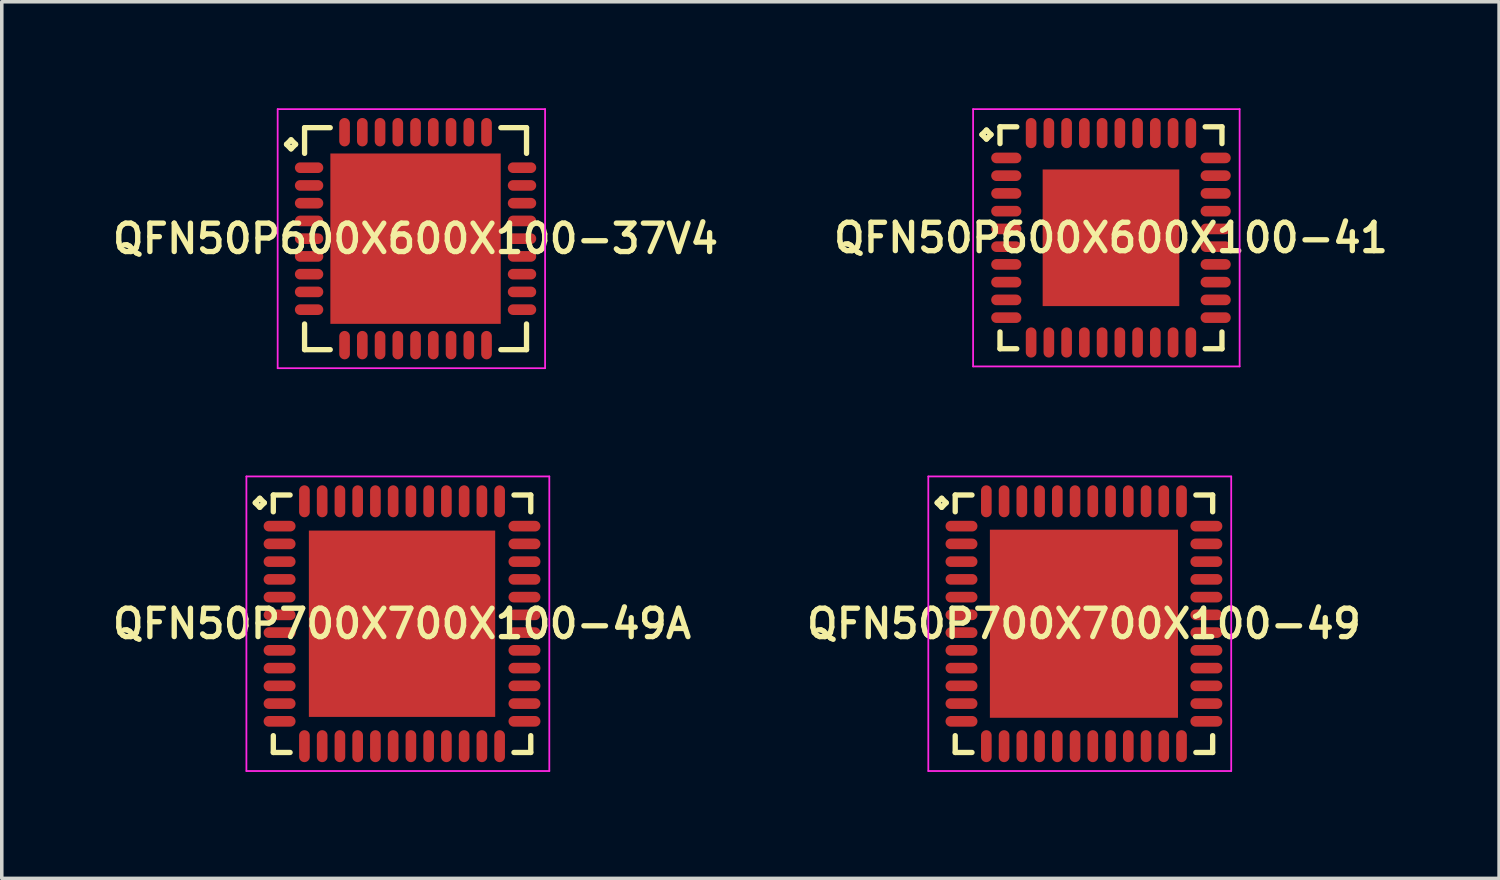
<source format=kicad_pcb>
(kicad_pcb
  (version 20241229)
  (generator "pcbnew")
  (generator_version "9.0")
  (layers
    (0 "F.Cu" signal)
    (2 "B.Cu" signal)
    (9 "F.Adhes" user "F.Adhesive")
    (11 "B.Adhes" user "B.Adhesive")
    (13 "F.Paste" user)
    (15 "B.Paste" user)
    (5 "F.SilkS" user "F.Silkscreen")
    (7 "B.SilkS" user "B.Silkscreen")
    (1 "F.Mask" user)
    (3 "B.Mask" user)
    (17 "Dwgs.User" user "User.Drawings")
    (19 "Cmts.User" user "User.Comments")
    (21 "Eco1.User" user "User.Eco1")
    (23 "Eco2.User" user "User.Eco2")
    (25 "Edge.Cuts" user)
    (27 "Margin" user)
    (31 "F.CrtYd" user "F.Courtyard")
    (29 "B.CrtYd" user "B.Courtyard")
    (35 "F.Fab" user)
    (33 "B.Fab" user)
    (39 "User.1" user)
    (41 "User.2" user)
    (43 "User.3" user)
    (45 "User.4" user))
  (footprint "QFN50P700X700X100-49A"
    (layer "F.Cu")
    (at 8.278 14.525)
    (property "Reference" "QFN50P700X700X100-49A" (at 0 0 0) (layer "F.SilkS") (effects (font (size 0.8 0.8) (thickness 0.15))))
    (attr smd)
    (fp_line (start -4.135 -3.408) (end -4.008 -3.535) (stroke (width 0.15) (type solid)) (layer "F.SilkS"))
    (fp_line (start -4.008 -3.535) (end -3.881 -3.408) (stroke (width 0.15) (type solid)) (layer "F.SilkS"))
    (fp_line (start -4.008 -3.281) (end -4.135 -3.408) (stroke (width 0.15) (type solid)) (layer "F.SilkS"))
    (fp_line (start -3.881 -3.408) (end -4.008 -3.281) (stroke (width 0.15) (type solid)) (layer "F.SilkS"))
    (fp_line (start -3.627 -3.627) (end -3.154 -3.627) (stroke (width 0.15) (type solid)) (layer "F.SilkS"))
    (fp_line (start -3.627 -3.154) (end -3.627 -3.627) (stroke (width 0.15) (type solid)) (layer "F.SilkS"))
    (fp_line (start -3.627 3.154) (end -3.627 3.627) (stroke (width 0.15) (type solid)) (layer "F.SilkS"))
    (fp_line (start -3.627 3.627) (end -3.154 3.627) (stroke (width 0.15) (type solid)) (layer "F.SilkS"))
    (fp_line (start 3.154 -3.627) (end 3.627 -3.627) (stroke (width 0.15) (type solid)) (layer "F.SilkS"))
    (fp_line (start 3.154 3.627) (end 3.627 3.627) (stroke (width 0.15) (type solid)) (layer "F.SilkS"))
    (fp_line (start 3.627 -3.627) (end 3.627 -3.154) (stroke (width 0.15) (type solid)) (layer "F.SilkS"))
    (fp_line (start 3.627 3.627) (end 3.627 3.154) (stroke (width 0.15) (type solid)) (layer "F.SilkS"))
    (fp_line (start -4.385 -4.15) (end 4.15 -4.15) (stroke (width 0.05) (type solid)) (layer "F.CrtYd"))
    (fp_line (start -4.385 4.15) (end -4.385 -4.15) (stroke (width 0.05) (type solid)) (layer "F.CrtYd"))
    (fp_line (start 4.15 -4.15) (end 4.15 4.15) (stroke (width 0.05) (type solid)) (layer "F.CrtYd"))
    (fp_line (start 4.15 4.15) (end -4.385 4.15) (stroke (width 0.05) (type solid)) (layer "F.CrtYd"))
    (pad "1" smd oval (at -3.45 -2.75) (size 0.9 0.3) (layers "F.Cu" "F.Mask" "F.Paste"))
    (pad "2" smd oval (at -3.45 -2.25) (size 0.9 0.3) (layers "F.Cu" "F.Mask" "F.Paste"))
    (pad "3" smd oval (at -3.45 -1.75) (size 0.9 0.3) (layers "F.Cu" "F.Mask" "F.Paste"))
    (pad "4" smd oval (at -3.45 -1.25) (size 0.9 0.3) (layers "F.Cu" "F.Mask" "F.Paste"))
    (pad "5" smd oval (at -3.45 -0.75) (size 0.9 0.3) (layers "F.Cu" "F.Mask" "F.Paste"))
    (pad "6" smd oval (at -3.45 -0.25) (size 0.9 0.3) (layers "F.Cu" "F.Mask" "F.Paste"))
    (pad "7" smd oval (at -3.45 0.25) (size 0.9 0.3) (layers "F.Cu" "F.Mask" "F.Paste"))
    (pad "8" smd oval (at -3.45 0.75) (size 0.9 0.3) (layers "F.Cu" "F.Mask" "F.Paste"))
    (pad "9" smd oval (at -3.45 1.25) (size 0.9 0.3) (layers "F.Cu" "F.Mask" "F.Paste"))
    (pad "10" smd oval (at -3.45 1.75) (size 0.9 0.3) (layers "F.Cu" "F.Mask" "F.Paste"))
    (pad "11" smd oval (at -3.45 2.25) (size 0.9 0.3) (layers "F.Cu" "F.Mask" "F.Paste"))
    (pad "12" smd oval (at -3.45 2.75) (size 0.9 0.3) (layers "F.Cu" "F.Mask" "F.Paste"))
    (pad "13" smd oval (at -2.75 3.45) (size 0.3 0.9) (layers "F.Cu" "F.Mask" "F.Paste"))
    (pad "14" smd oval (at -2.25 3.45) (size 0.3 0.9) (layers "F.Cu" "F.Mask" "F.Paste"))
    (pad "15" smd oval (at -1.75 3.45) (size 0.3 0.9) (layers "F.Cu" "F.Mask" "F.Paste"))
    (pad "16" smd oval (at -1.25 3.45) (size 0.3 0.9) (layers "F.Cu" "F.Mask" "F.Paste"))
    (pad "17" smd oval (at -0.75 3.45) (size 0.3 0.9) (layers "F.Cu" "F.Mask" "F.Paste"))
    (pad "18" smd oval (at -0.25 3.45) (size 0.3 0.9) (layers "F.Cu" "F.Mask" "F.Paste"))
    (pad "19" smd oval (at 0.25 3.45) (size 0.3 0.9) (layers "F.Cu" "F.Mask" "F.Paste"))
    (pad "20" smd oval (at 0.75 3.45) (size 0.3 0.9) (layers "F.Cu" "F.Mask" "F.Paste"))
    (pad "21" smd oval (at 1.25 3.45) (size 0.3 0.9) (layers "F.Cu" "F.Mask" "F.Paste"))
    (pad "22" smd oval (at 1.75 3.45) (size 0.3 0.9) (layers "F.Cu" "F.Mask" "F.Paste"))
    (pad "23" smd oval (at 2.25 3.45) (size 0.3 0.9) (layers "F.Cu" "F.Mask" "F.Paste"))
    (pad "24" smd oval (at 2.75 3.45) (size 0.3 0.9) (layers "F.Cu" "F.Mask" "F.Paste"))
    (pad "25" smd oval (at 3.45 2.75) (size 0.9 0.3) (layers "F.Cu" "F.Mask" "F.Paste"))
    (pad "26" smd oval (at 3.45 2.25) (size 0.9 0.3) (layers "F.Cu" "F.Mask" "F.Paste"))
    (pad "27" smd oval (at 3.45 1.75) (size 0.9 0.3) (layers "F.Cu" "F.Mask" "F.Paste"))
    (pad "28" smd oval (at 3.45 1.25) (size 0.9 0.3) (layers "F.Cu" "F.Mask" "F.Paste"))
    (pad "29" smd oval (at 3.45 0.75) (size 0.9 0.3) (layers "F.Cu" "F.Mask" "F.Paste"))
    (pad "30" smd oval (at 3.45 0.25) (size 0.9 0.3) (layers "F.Cu" "F.Mask" "F.Paste"))
    (pad "31" smd oval (at 3.45 -0.25) (size 0.9 0.3) (layers "F.Cu" "F.Mask" "F.Paste"))
    (pad "32" smd oval (at 3.45 -0.75) (size 0.9 0.3) (layers "F.Cu" "F.Mask" "F.Paste"))
    (pad "33" smd oval (at 3.45 -1.25) (size 0.9 0.3) (layers "F.Cu" "F.Mask" "F.Paste"))
    (pad "34" smd oval (at 3.45 -1.75) (size 0.9 0.3) (layers "F.Cu" "F.Mask" "F.Paste"))
    (pad "35" smd oval (at 3.45 -2.25) (size 0.9 0.3) (layers "F.Cu" "F.Mask" "F.Paste"))
    (pad "36" smd oval (at 3.45 -2.75) (size 0.9 0.3) (layers "F.Cu" "F.Mask" "F.Paste"))
    (pad "37" smd oval (at 2.75 -3.45) (size 0.3 0.9) (layers "F.Cu" "F.Mask" "F.Paste"))
    (pad "38" smd oval (at 2.25 -3.45) (size 0.3 0.9) (layers "F.Cu" "F.Mask" "F.Paste"))
    (pad "39" smd oval (at 1.75 -3.45) (size 0.3 0.9) (layers "F.Cu" "F.Mask" "F.Paste"))
    (pad "40" smd oval (at 1.25 -3.45) (size 0.3 0.9) (layers "F.Cu" "F.Mask" "F.Paste"))
    (pad "41" smd oval (at 0.75 -3.45) (size 0.3 0.9) (layers "F.Cu" "F.Mask" "F.Paste"))
    (pad "42" smd oval (at 0.25 -3.45) (size 0.3 0.9) (layers "F.Cu" "F.Mask" "F.Paste"))
    (pad "43" smd oval (at -0.25 -3.45) (size 0.3 0.9) (layers "F.Cu" "F.Mask" "F.Paste"))
    (pad "44" smd oval (at -0.75 -3.45) (size 0.3 0.9) (layers "F.Cu" "F.Mask" "F.Paste"))
    (pad "45" smd oval (at -1.25 -3.45) (size 0.3 0.9) (layers "F.Cu" "F.Mask" "F.Paste"))
    (pad "46" smd oval (at -1.75 -3.45) (size 0.3 0.9) (layers "F.Cu" "F.Mask" "F.Paste"))
    (pad "47" smd oval (at -2.25 -3.45) (size 0.3 0.9) (layers "F.Cu" "F.Mask" "F.Paste"))
    (pad "48" smd oval (at -2.75 -3.45) (size 0.3 0.9) (layers "F.Cu" "F.Mask" "F.Paste"))
    (pad "49" smd rect (at 0 0) (size 5.25 5.25) (layers "F.Cu" "F.Mask" "F.Paste")))
  (footprint "QFN50P600X600X100-37V4"
    (layer "F.Cu")
    (at 8.659 3.675)
    (property "Reference" "QFN50P600X600X100-37V4" (at 0 0 0) (layer "F.SilkS") (effects (font (size 0.8 0.8) (thickness 0.15))))
    (attr smd)
    (fp_line (start -3.635 -2.658) (end -3.508 -2.785) (stroke (width 0.15) (type solid)) (layer "F.SilkS"))
    (fp_line (start -3.508 -2.785) (end -3.381 -2.658) (stroke (width 0.15) (type solid)) (layer "F.SilkS"))
    (fp_line (start -3.508 -2.531) (end -3.635 -2.658) (stroke (width 0.15) (type solid)) (layer "F.SilkS"))
    (fp_line (start -3.381 -2.658) (end -3.508 -2.531) (stroke (width 0.15) (type solid)) (layer "F.SilkS"))
    (fp_line (start -3.127 -3.127) (end -2.404 -3.127) (stroke (width 0.15) (type solid)) (layer "F.SilkS"))
    (fp_line (start -3.127 -2.404) (end -3.127 -3.127) (stroke (width 0.15) (type solid)) (layer "F.SilkS"))
    (fp_line (start -3.127 2.404) (end -3.127 3.127) (stroke (width 0.15) (type solid)) (layer "F.SilkS"))
    (fp_line (start -3.127 3.127) (end -2.404 3.127) (stroke (width 0.15) (type solid)) (layer "F.SilkS"))
    (fp_line (start 2.404 -3.127) (end 3.127 -3.127) (stroke (width 0.15) (type solid)) (layer "F.SilkS"))
    (fp_line (start 2.404 3.127) (end 3.127 3.127) (stroke (width 0.15) (type solid)) (layer "F.SilkS"))
    (fp_line (start 3.127 -3.127) (end 3.127 -2.404) (stroke (width 0.15) (type solid)) (layer "F.SilkS"))
    (fp_line (start 3.127 3.127) (end 3.127 2.404) (stroke (width 0.15) (type solid)) (layer "F.SilkS"))
    (fp_line (start -3.885 -3.65) (end 3.65 -3.65) (stroke (width 0.05) (type solid)) (layer "F.CrtYd"))
    (fp_line (start -3.885 3.65) (end -3.885 -3.65) (stroke (width 0.05) (type solid)) (layer "F.CrtYd"))
    (fp_line (start 3.65 -3.65) (end 3.65 3.65) (stroke (width 0.05) (type solid)) (layer "F.CrtYd"))
    (fp_line (start 3.65 3.65) (end -3.885 3.65) (stroke (width 0.05) (type solid)) (layer "F.CrtYd"))
    (pad "1" smd oval (at -3 -2) (size 0.8 0.3) (layers "F.Cu" "F.Mask" "F.Paste"))
    (pad "2" smd oval (at -3 -1.5) (size 0.8 0.3) (layers "F.Cu" "F.Mask" "F.Paste"))
    (pad "3" smd oval (at -3 -1) (size 0.8 0.3) (layers "F.Cu" "F.Mask" "F.Paste"))
    (pad "4" smd oval (at -3 -0.5) (size 0.8 0.3) (layers "F.Cu" "F.Mask" "F.Paste"))
    (pad "5" smd oval (at -3 0) (size 0.8 0.3) (layers "F.Cu" "F.Mask" "F.Paste"))
    (pad "6" smd oval (at -3 0.5) (size 0.8 0.3) (layers "F.Cu" "F.Mask" "F.Paste"))
    (pad "7" smd oval (at -3 1) (size 0.8 0.3) (layers "F.Cu" "F.Mask" "F.Paste"))
    (pad "8" smd oval (at -3 1.5) (size 0.8 0.3) (layers "F.Cu" "F.Mask" "F.Paste"))
    (pad "9" smd oval (at -3 2) (size 0.8 0.3) (layers "F.Cu" "F.Mask" "F.Paste"))
    (pad "10" smd oval (at -2 3) (size 0.3 0.8) (layers "F.Cu" "F.Mask" "F.Paste"))
    (pad "11" smd oval (at -1.5 3) (size 0.3 0.8) (layers "F.Cu" "F.Mask" "F.Paste"))
    (pad "12" smd oval (at -1 3) (size 0.3 0.8) (layers "F.Cu" "F.Mask" "F.Paste"))
    (pad "13" smd oval (at -0.5 3) (size 0.3 0.8) (layers "F.Cu" "F.Mask" "F.Paste"))
    (pad "14" smd oval (at 0 3) (size 0.3 0.8) (layers "F.Cu" "F.Mask" "F.Paste"))
    (pad "15" smd oval (at 0.5 3) (size 0.3 0.8) (layers "F.Cu" "F.Mask" "F.Paste"))
    (pad "16" smd oval (at 1 3) (size 0.3 0.8) (layers "F.Cu" "F.Mask" "F.Paste"))
    (pad "17" smd oval (at 1.5 3) (size 0.3 0.8) (layers "F.Cu" "F.Mask" "F.Paste"))
    (pad "18" smd oval (at 2 3) (size 0.3 0.8) (layers "F.Cu" "F.Mask" "F.Paste"))
    (pad "19" smd oval (at 3 2) (size 0.8 0.3) (layers "F.Cu" "F.Mask" "F.Paste"))
    (pad "20" smd oval (at 3 1.5) (size 0.8 0.3) (layers "F.Cu" "F.Mask" "F.Paste"))
    (pad "21" smd oval (at 3 1) (size 0.8 0.3) (layers "F.Cu" "F.Mask" "F.Paste"))
    (pad "22" smd oval (at 3 0.5) (size 0.8 0.3) (layers "F.Cu" "F.Mask" "F.Paste"))
    (pad "23" smd oval (at 3 0) (size 0.8 0.3) (layers "F.Cu" "F.Mask" "F.Paste"))
    (pad "24" smd oval (at 3 -0.5) (size 0.8 0.3) (layers "F.Cu" "F.Mask" "F.Paste"))
    (pad "25" smd oval (at 3 -1) (size 0.8 0.3) (layers "F.Cu" "F.Mask" "F.Paste"))
    (pad "26" smd oval (at 3 -1.5) (size 0.8 0.3) (layers "F.Cu" "F.Mask" "F.Paste"))
    (pad "27" smd oval (at 3 -2) (size 0.8 0.3) (layers "F.Cu" "F.Mask" "F.Paste"))
    (pad "28" smd oval (at 2 -3) (size 0.3 0.8) (layers "F.Cu" "F.Mask" "F.Paste"))
    (pad "29" smd oval (at 1.5 -3) (size 0.3 0.8) (layers "F.Cu" "F.Mask" "F.Paste"))
    (pad "30" smd oval (at 1 -3) (size 0.3 0.8) (layers "F.Cu" "F.Mask" "F.Paste"))
    (pad "31" smd oval (at 0.5 -3) (size 0.3 0.8) (layers "F.Cu" "F.Mask" "F.Paste"))
    (pad "32" smd oval (at 0 -3) (size 0.3 0.8) (layers "F.Cu" "F.Mask" "F.Paste"))
    (pad "33" smd oval (at -0.5 -3) (size 0.3 0.8) (layers "F.Cu" "F.Mask" "F.Paste"))
    (pad "34" smd oval (at -1 -3) (size 0.3 0.8) (layers "F.Cu" "F.Mask" "F.Paste"))
    (pad "35" smd oval (at -1.5 -3) (size 0.3 0.8) (layers "F.Cu" "F.Mask" "F.Paste"))
    (pad "36" smd oval (at -2 -3) (size 0.3 0.8) (layers "F.Cu" "F.Mask" "F.Paste"))
    (pad "37" smd rect (at 0 0) (size 4.8 4.8) (layers "F.Cu" "F.Mask" "F.Paste")))
  (footprint "QFN50P700X700X100-49"
    (layer "F.Cu")
    (at 27.492 14.525)
    (property "Reference" "QFN50P700X700X100-49" (at 0 0 0) (layer "F.SilkS") (effects (font (size 0.8 0.8) (thickness 0.15))))
    (attr smd)
    (fp_line (start -4.135 -3.408) (end -4.008 -3.535) (stroke (width 0.15) (type solid)) (layer "F.SilkS"))
    (fp_line (start -4.008 -3.535) (end -3.881 -3.408) (stroke (width 0.15) (type solid)) (layer "F.SilkS"))
    (fp_line (start -4.008 -3.281) (end -4.135 -3.408) (stroke (width 0.15) (type solid)) (layer "F.SilkS"))
    (fp_line (start -3.881 -3.408) (end -4.008 -3.281) (stroke (width 0.15) (type solid)) (layer "F.SilkS"))
    (fp_line (start -3.627 -3.627) (end -3.154 -3.627) (stroke (width 0.15) (type solid)) (layer "F.SilkS"))
    (fp_line (start -3.627 -3.154) (end -3.627 -3.627) (stroke (width 0.15) (type solid)) (layer "F.SilkS"))
    (fp_line (start -3.627 3.154) (end -3.627 3.627) (stroke (width 0.15) (type solid)) (layer "F.SilkS"))
    (fp_line (start -3.627 3.627) (end -3.154 3.627) (stroke (width 0.15) (type solid)) (layer "F.SilkS"))
    (fp_line (start 3.154 -3.627) (end 3.627 -3.627) (stroke (width 0.15) (type solid)) (layer "F.SilkS"))
    (fp_line (start 3.154 3.627) (end 3.627 3.627) (stroke (width 0.15) (type solid)) (layer "F.SilkS"))
    (fp_line (start 3.627 -3.627) (end 3.627 -3.154) (stroke (width 0.15) (type solid)) (layer "F.SilkS"))
    (fp_line (start 3.627 3.627) (end 3.627 3.154) (stroke (width 0.15) (type solid)) (layer "F.SilkS"))
    (fp_line (start -4.385 -4.15) (end 4.15 -4.15) (stroke (width 0.05) (type solid)) (layer "F.CrtYd"))
    (fp_line (start -4.385 4.15) (end -4.385 -4.15) (stroke (width 0.05) (type solid)) (layer "F.CrtYd"))
    (fp_line (start 4.15 -4.15) (end 4.15 4.15) (stroke (width 0.05) (type solid)) (layer "F.CrtYd"))
    (fp_line (start 4.15 4.15) (end -4.385 4.15) (stroke (width 0.05) (type solid)) (layer "F.CrtYd"))
    (pad "1" smd oval (at -3.45 -2.75) (size 0.9 0.3) (layers "F.Cu" "F.Mask" "F.Paste"))
    (pad "2" smd oval (at -3.45 -2.25) (size 0.9 0.3) (layers "F.Cu" "F.Mask" "F.Paste"))
    (pad "3" smd oval (at -3.45 -1.75) (size 0.9 0.3) (layers "F.Cu" "F.Mask" "F.Paste"))
    (pad "4" smd oval (at -3.45 -1.25) (size 0.9 0.3) (layers "F.Cu" "F.Mask" "F.Paste"))
    (pad "5" smd oval (at -3.45 -0.75) (size 0.9 0.3) (layers "F.Cu" "F.Mask" "F.Paste"))
    (pad "6" smd oval (at -3.45 -0.25) (size 0.9 0.3) (layers "F.Cu" "F.Mask" "F.Paste"))
    (pad "7" smd oval (at -3.45 0.25) (size 0.9 0.3) (layers "F.Cu" "F.Mask" "F.Paste"))
    (pad "8" smd oval (at -3.45 0.75) (size 0.9 0.3) (layers "F.Cu" "F.Mask" "F.Paste"))
    (pad "9" smd oval (at -3.45 1.25) (size 0.9 0.3) (layers "F.Cu" "F.Mask" "F.Paste"))
    (pad "10" smd oval (at -3.45 1.75) (size 0.9 0.3) (layers "F.Cu" "F.Mask" "F.Paste"))
    (pad "11" smd oval (at -3.45 2.25) (size 0.9 0.3) (layers "F.Cu" "F.Mask" "F.Paste"))
    (pad "12" smd oval (at -3.45 2.75) (size 0.9 0.3) (layers "F.Cu" "F.Mask" "F.Paste"))
    (pad "13" smd oval (at -2.75 3.45) (size 0.3 0.9) (layers "F.Cu" "F.Mask" "F.Paste"))
    (pad "14" smd oval (at -2.25 3.45) (size 0.3 0.9) (layers "F.Cu" "F.Mask" "F.Paste"))
    (pad "15" smd oval (at -1.75 3.45) (size 0.3 0.9) (layers "F.Cu" "F.Mask" "F.Paste"))
    (pad "16" smd oval (at -1.25 3.45) (size 0.3 0.9) (layers "F.Cu" "F.Mask" "F.Paste"))
    (pad "17" smd oval (at -0.75 3.45) (size 0.3 0.9) (layers "F.Cu" "F.Mask" "F.Paste"))
    (pad "18" smd oval (at -0.25 3.45) (size 0.3 0.9) (layers "F.Cu" "F.Mask" "F.Paste"))
    (pad "19" smd oval (at 0.25 3.45) (size 0.3 0.9) (layers "F.Cu" "F.Mask" "F.Paste"))
    (pad "20" smd oval (at 0.75 3.45) (size 0.3 0.9) (layers "F.Cu" "F.Mask" "F.Paste"))
    (pad "21" smd oval (at 1.25 3.45) (size 0.3 0.9) (layers "F.Cu" "F.Mask" "F.Paste"))
    (pad "22" smd oval (at 1.75 3.45) (size 0.3 0.9) (layers "F.Cu" "F.Mask" "F.Paste"))
    (pad "23" smd oval (at 2.25 3.45) (size 0.3 0.9) (layers "F.Cu" "F.Mask" "F.Paste"))
    (pad "24" smd oval (at 2.75 3.45) (size 0.3 0.9) (layers "F.Cu" "F.Mask" "F.Paste"))
    (pad "25" smd oval (at 3.45 2.75) (size 0.9 0.3) (layers "F.Cu" "F.Mask" "F.Paste"))
    (pad "26" smd oval (at 3.45 2.25) (size 0.9 0.3) (layers "F.Cu" "F.Mask" "F.Paste"))
    (pad "27" smd oval (at 3.45 1.75) (size 0.9 0.3) (layers "F.Cu" "F.Mask" "F.Paste"))
    (pad "28" smd oval (at 3.45 1.25) (size 0.9 0.3) (layers "F.Cu" "F.Mask" "F.Paste"))
    (pad "29" smd oval (at 3.45 0.75) (size 0.9 0.3) (layers "F.Cu" "F.Mask" "F.Paste"))
    (pad "30" smd oval (at 3.45 0.25) (size 0.9 0.3) (layers "F.Cu" "F.Mask" "F.Paste"))
    (pad "31" smd oval (at 3.45 -0.25) (size 0.9 0.3) (layers "F.Cu" "F.Mask" "F.Paste"))
    (pad "32" smd oval (at 3.45 -0.75) (size 0.9 0.3) (layers "F.Cu" "F.Mask" "F.Paste"))
    (pad "33" smd oval (at 3.45 -1.25) (size 0.9 0.3) (layers "F.Cu" "F.Mask" "F.Paste"))
    (pad "34" smd oval (at 3.45 -1.75) (size 0.9 0.3) (layers "F.Cu" "F.Mask" "F.Paste"))
    (pad "35" smd oval (at 3.45 -2.25) (size 0.9 0.3) (layers "F.Cu" "F.Mask" "F.Paste"))
    (pad "36" smd oval (at 3.45 -2.75) (size 0.9 0.3) (layers "F.Cu" "F.Mask" "F.Paste"))
    (pad "37" smd oval (at 2.75 -3.45) (size 0.3 0.9) (layers "F.Cu" "F.Mask" "F.Paste"))
    (pad "38" smd oval (at 2.25 -3.45) (size 0.3 0.9) (layers "F.Cu" "F.Mask" "F.Paste"))
    (pad "39" smd oval (at 1.75 -3.45) (size 0.3 0.9) (layers "F.Cu" "F.Mask" "F.Paste"))
    (pad "40" smd oval (at 1.25 -3.45) (size 0.3 0.9) (layers "F.Cu" "F.Mask" "F.Paste"))
    (pad "41" smd oval (at 0.75 -3.45) (size 0.3 0.9) (layers "F.Cu" "F.Mask" "F.Paste"))
    (pad "42" smd oval (at 0.25 -3.45) (size 0.3 0.9) (layers "F.Cu" "F.Mask" "F.Paste"))
    (pad "43" smd oval (at -0.25 -3.45) (size 0.3 0.9) (layers "F.Cu" "F.Mask" "F.Paste"))
    (pad "44" smd oval (at -0.75 -3.45) (size 0.3 0.9) (layers "F.Cu" "F.Mask" "F.Paste"))
    (pad "45" smd oval (at -1.25 -3.45) (size 0.3 0.9) (layers "F.Cu" "F.Mask" "F.Paste"))
    (pad "46" smd oval (at -1.75 -3.45) (size 0.3 0.9) (layers "F.Cu" "F.Mask" "F.Paste"))
    (pad "47" smd oval (at -2.25 -3.45) (size 0.3 0.9) (layers "F.Cu" "F.Mask" "F.Paste"))
    (pad "48" smd oval (at -2.75 -3.45) (size 0.3 0.9) (layers "F.Cu" "F.Mask" "F.Paste"))
    (pad "49" smd rect (at 0 0) (size 5.3 5.3) (layers "F.Cu" "F.Mask" "F.Paste")))
  (footprint "QFN50P600X600X100-41"
    (layer "F.Cu")
    (at 28.254 3.65)
    (property "Reference" "QFN50P600X600X100-41" (at 0 0 0) (layer "F.SilkS") (effects (font (size 0.8 0.8) (thickness 0.15))))
    (attr smd)
    (fp_line (start -3.635 -2.908) (end -3.508 -3.035) (stroke (width 0.15) (type solid)) (layer "F.SilkS"))
    (fp_line (start -3.508 -3.035) (end -3.381 -2.908) (stroke (width 0.15) (type solid)) (layer "F.SilkS"))
    (fp_line (start -3.508 -2.781) (end -3.635 -2.908) (stroke (width 0.15) (type solid)) (layer "F.SilkS"))
    (fp_line (start -3.381 -2.908) (end -3.508 -2.781) (stroke (width 0.15) (type solid)) (layer "F.SilkS"))
    (fp_line (start -3.127 -3.127) (end -2.654 -3.127) (stroke (width 0.15) (type solid)) (layer "F.SilkS"))
    (fp_line (start -3.127 -2.654) (end -3.127 -3.127) (stroke (width 0.15) (type solid)) (layer "F.SilkS"))
    (fp_line (start -3.127 2.654) (end -3.127 3.127) (stroke (width 0.15) (type solid)) (layer "F.SilkS"))
    (fp_line (start -3.127 3.127) (end -2.654 3.127) (stroke (width 0.15) (type solid)) (layer "F.SilkS"))
    (fp_line (start 2.654 -3.127) (end 3.127 -3.127) (stroke (width 0.15) (type solid)) (layer "F.SilkS"))
    (fp_line (start 2.654 3.127) (end 3.127 3.127) (stroke (width 0.15) (type solid)) (layer "F.SilkS"))
    (fp_line (start 3.127 -3.127) (end 3.127 -2.654) (stroke (width 0.15) (type solid)) (layer "F.SilkS"))
    (fp_line (start 3.127 3.127) (end 3.127 2.654) (stroke (width 0.15) (type solid)) (layer "F.SilkS"))
    (fp_line (start -3.885 -3.625) (end 3.625 -3.625) (stroke (width 0.05) (type solid)) (layer "F.CrtYd"))
    (fp_line (start -3.885 3.625) (end -3.885 -3.625) (stroke (width 0.05) (type solid)) (layer "F.CrtYd"))
    (fp_line (start 3.625 -3.625) (end 3.625 3.625) (stroke (width 0.05) (type solid)) (layer "F.CrtYd"))
    (fp_line (start 3.625 3.625) (end -3.885 3.625) (stroke (width 0.05) (type solid)) (layer "F.CrtYd"))
    (pad "1" smd oval (at -2.95 -2.25) (size 0.85 0.3) (layers "F.Cu" "F.Mask" "F.Paste"))
    (pad "2" smd oval (at -2.95 -1.75) (size 0.85 0.3) (layers "F.Cu" "F.Mask" "F.Paste"))
    (pad "3" smd oval (at -2.95 -1.25) (size 0.85 0.3) (layers "F.Cu" "F.Mask" "F.Paste"))
    (pad "4" smd oval (at -2.95 -0.75) (size 0.85 0.3) (layers "F.Cu" "F.Mask" "F.Paste"))
    (pad "5" smd oval (at -2.95 -0.25) (size 0.85 0.3) (layers "F.Cu" "F.Mask" "F.Paste"))
    (pad "6" smd oval (at -2.95 0.25) (size 0.85 0.3) (layers "F.Cu" "F.Mask" "F.Paste"))
    (pad "7" smd oval (at -2.95 0.75) (size 0.85 0.3) (layers "F.Cu" "F.Mask" "F.Paste"))
    (pad "8" smd oval (at -2.95 1.25) (size 0.85 0.3) (layers "F.Cu" "F.Mask" "F.Paste"))
    (pad "9" smd oval (at -2.95 1.75) (size 0.85 0.3) (layers "F.Cu" "F.Mask" "F.Paste"))
    (pad "10" smd oval (at -2.95 2.25) (size 0.85 0.3) (layers "F.Cu" "F.Mask" "F.Paste"))
    (pad "11" smd oval (at -2.25 2.95) (size 0.3 0.85) (layers "F.Cu" "F.Mask" "F.Paste"))
    (pad "12" smd oval (at -1.75 2.95) (size 0.3 0.85) (layers "F.Cu" "F.Mask" "F.Paste"))
    (pad "13" smd oval (at -1.25 2.95) (size 0.3 0.85) (layers "F.Cu" "F.Mask" "F.Paste"))
    (pad "14" smd oval (at -0.75 2.95) (size 0.3 0.85) (layers "F.Cu" "F.Mask" "F.Paste"))
    (pad "15" smd oval (at -0.25 2.95) (size 0.3 0.85) (layers "F.Cu" "F.Mask" "F.Paste"))
    (pad "16" smd oval (at 0.25 2.95) (size 0.3 0.85) (layers "F.Cu" "F.Mask" "F.Paste"))
    (pad "17" smd oval (at 0.75 2.95) (size 0.3 0.85) (layers "F.Cu" "F.Mask" "F.Paste"))
    (pad "18" smd oval (at 1.25 2.95) (size 0.3 0.85) (layers "F.Cu" "F.Mask" "F.Paste"))
    (pad "19" smd oval (at 1.75 2.95) (size 0.3 0.85) (layers "F.Cu" "F.Mask" "F.Paste"))
    (pad "20" smd oval (at 2.25 2.95) (size 0.3 0.85) (layers "F.Cu" "F.Mask" "F.Paste"))
    (pad "21" smd oval (at 2.95 2.25) (size 0.85 0.3) (layers "F.Cu" "F.Mask" "F.Paste"))
    (pad "22" smd oval (at 2.95 1.75) (size 0.85 0.3) (layers "F.Cu" "F.Mask" "F.Paste"))
    (pad "23" smd oval (at 2.95 1.25) (size 0.85 0.3) (layers "F.Cu" "F.Mask" "F.Paste"))
    (pad "24" smd oval (at 2.95 0.75) (size 0.85 0.3) (layers "F.Cu" "F.Mask" "F.Paste"))
    (pad "25" smd oval (at 2.95 0.25) (size 0.85 0.3) (layers "F.Cu" "F.Mask" "F.Paste"))
    (pad "26" smd oval (at 2.95 -0.25) (size 0.85 0.3) (layers "F.Cu" "F.Mask" "F.Paste"))
    (pad "27" smd oval (at 2.95 -0.75) (size 0.85 0.3) (layers "F.Cu" "F.Mask" "F.Paste"))
    (pad "28" smd oval (at 2.95 -1.25) (size 0.85 0.3) (layers "F.Cu" "F.Mask" "F.Paste"))
    (pad "29" smd oval (at 2.95 -1.75) (size 0.85 0.3) (layers "F.Cu" "F.Mask" "F.Paste"))
    (pad "30" smd oval (at 2.95 -2.25) (size 0.85 0.3) (layers "F.Cu" "F.Mask" "F.Paste"))
    (pad "31" smd oval (at 2.25 -2.95) (size 0.3 0.85) (layers "F.Cu" "F.Mask" "F.Paste"))
    (pad "32" smd oval (at 1.75 -2.95) (size 0.3 0.85) (layers "F.Cu" "F.Mask" "F.Paste"))
    (pad "33" smd oval (at 1.25 -2.95) (size 0.3 0.85) (layers "F.Cu" "F.Mask" "F.Paste"))
    (pad "34" smd oval (at 0.75 -2.95) (size 0.3 0.85) (layers "F.Cu" "F.Mask" "F.Paste"))
    (pad "35" smd oval (at 0.25 -2.95) (size 0.3 0.85) (layers "F.Cu" "F.Mask" "F.Paste"))
    (pad "36" smd oval (at -0.25 -2.95) (size 0.3 0.85) (layers "F.Cu" "F.Mask" "F.Paste"))
    (pad "37" smd oval (at -0.75 -2.95) (size 0.3 0.85) (layers "F.Cu" "F.Mask" "F.Paste"))
    (pad "38" smd oval (at -1.25 -2.95) (size 0.3 0.85) (layers "F.Cu" "F.Mask" "F.Paste"))
    (pad "39" smd oval (at -1.75 -2.95) (size 0.3 0.85) (layers "F.Cu" "F.Mask" "F.Paste"))
    (pad "40" smd oval (at -2.25 -2.95) (size 0.3 0.85) (layers "F.Cu" "F.Mask" "F.Paste"))
    (pad "41" smd rect (at 0 0) (size 3.85 3.85) (layers "F.Cu" "F.Mask" "F.Paste")))
  (gr_rect
    (start -3 -3)
    (end 39.19 21.7)
    (stroke (width 0.1) (type default))
    (fill no)
    (layer "Edge.Cuts")))
</source>
